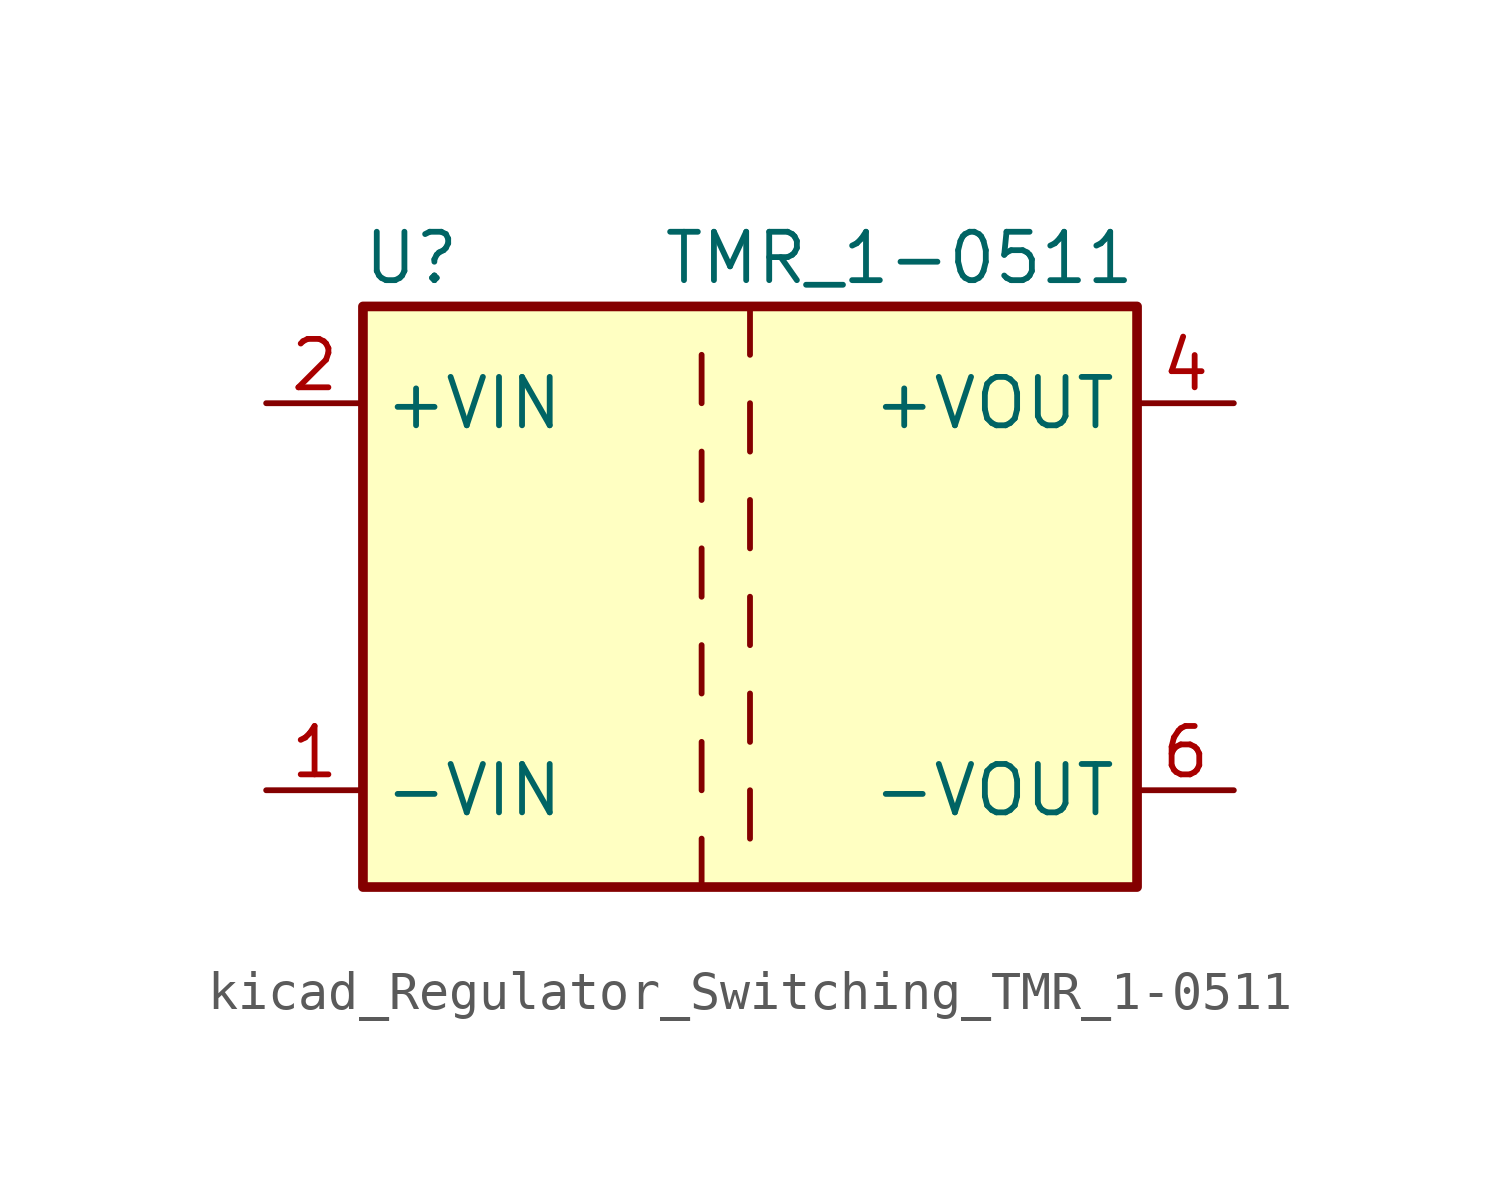
<source format=kicad_sym>
(kicad_symbol_lib
  (version 20220914)
  (generator kicad_symbol_editor)
  (symbol "kicad_Regulator_Switching_TMR_1-0511"
    (property "Reference" "U"
      (at -8.89 8.89 0)
      (effects (font (size 1.27 1.27))))
    (property "Value" "TMR_1-0511"
      (at 10.16 8.89 0)
      (effects (font (size 1.27 1.27)) (justify right)))
    (symbol "kicad_Regulator_Switching_TMR_1-0511_0_1"
      (rectangle (start -10.16 7.62) (end 10.16 -7.62) (stroke (width 0.254) (type default)) (fill (type background)))
      (polyline (pts (xy -1.27 -7.62) (xy -1.27 -6.35)) (stroke (width 0) (type default)) (fill (type none)))
      (polyline (pts (xy -1.27 -5.08) (xy -1.27 -3.81)) (stroke (width 0) (type default)) (fill (type none)))
      (polyline (pts (xy -1.27 -2.54) (xy -1.27 -1.27)) (stroke (width 0) (type default)) (fill (type none)))
      (polyline (pts (xy -1.27 0) (xy -1.27 1.27)) (stroke (width 0) (type default)) (fill (type none)))
      (polyline (pts (xy -1.27 2.54) (xy -1.27 3.81)) (stroke (width 0) (type default)) (fill (type none)))
      (polyline (pts (xy -1.27 5.08) (xy -1.27 6.35)) (stroke (width 0) (type default)) (fill (type none)))
      (polyline (pts (xy 0 -5.08) (xy 0 -6.35)) (stroke (width 0) (type default)) (fill (type none)))
      (polyline (pts (xy 0 -2.54) (xy 0 -3.81)) (stroke (width 0) (type default)) (fill (type none)))
      (polyline (pts (xy 0 0) (xy 0 -1.27)) (stroke (width 0) (type default)) (fill (type none)))
      (polyline (pts (xy 0 2.54) (xy 0 1.27)) (stroke (width 0) (type default)) (fill (type none)))
      (polyline (pts (xy 0 5.08) (xy 0 3.81)) (stroke (width 0) (type default)) (fill (type none)))
      (polyline (pts (xy 0 7.62) (xy 0 6.35)) (stroke (width 0) (type default)) (fill (type none))))
    (symbol "kicad_Regulator_Switching_TMR_1-0511_1_1"
      (pin power_in line (at -12.7 -5.08 0) (length 2.54) (name "-VIN" (effects (font (size 1.27 1.27)))) (number "1" (effects (font (size 1.27 1.27)))))
      (pin power_in line (at -12.7 5.08 0) (length 2.54) (name "+VIN" (effects (font (size 1.27 1.27)))) (number "2" (effects (font (size 1.27 1.27)))))
      (pin power_out line (at 12.7 5.08 180) (length 2.54) (name "+VOUT" (effects (font (size 1.27 1.27)))) (number "4" (effects (font (size 1.27 1.27)))))
      (pin power_out line (at 12.7 -5.08 180) (length 2.54) (name "-VOUT" (effects (font (size 1.27 1.27)))) (number "6" (effects (font (size 1.27 1.27))))))))
</source>
